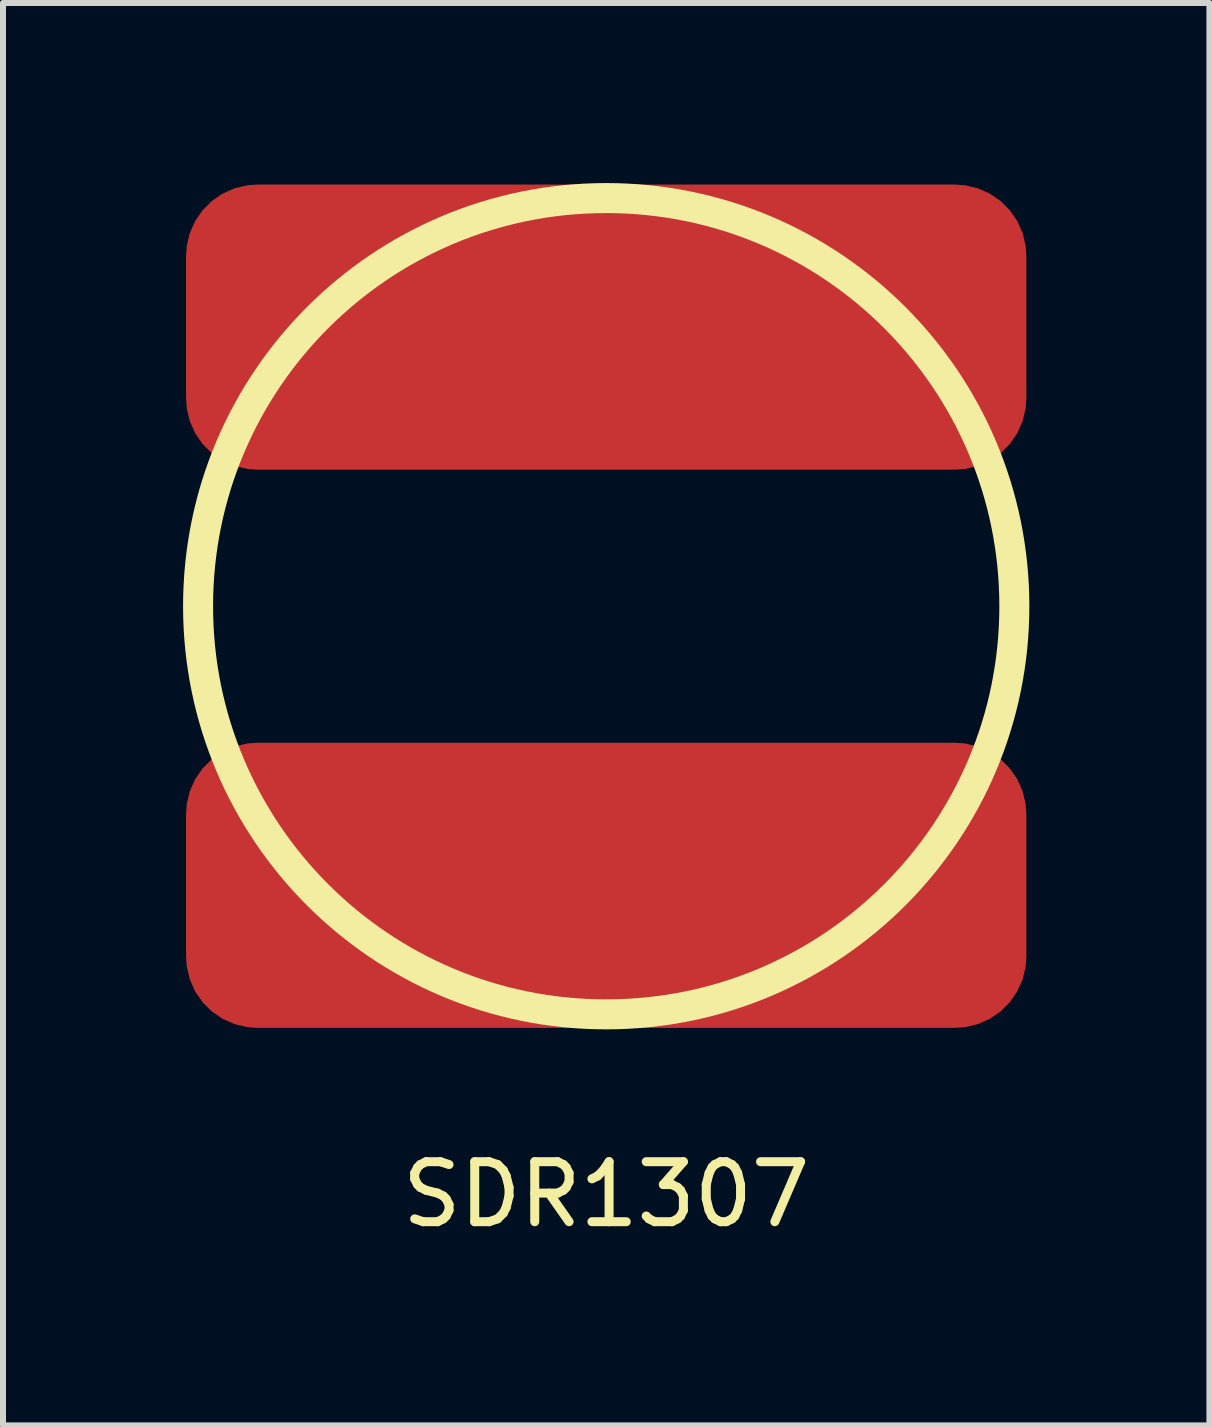
<source format=kicad_pcb>
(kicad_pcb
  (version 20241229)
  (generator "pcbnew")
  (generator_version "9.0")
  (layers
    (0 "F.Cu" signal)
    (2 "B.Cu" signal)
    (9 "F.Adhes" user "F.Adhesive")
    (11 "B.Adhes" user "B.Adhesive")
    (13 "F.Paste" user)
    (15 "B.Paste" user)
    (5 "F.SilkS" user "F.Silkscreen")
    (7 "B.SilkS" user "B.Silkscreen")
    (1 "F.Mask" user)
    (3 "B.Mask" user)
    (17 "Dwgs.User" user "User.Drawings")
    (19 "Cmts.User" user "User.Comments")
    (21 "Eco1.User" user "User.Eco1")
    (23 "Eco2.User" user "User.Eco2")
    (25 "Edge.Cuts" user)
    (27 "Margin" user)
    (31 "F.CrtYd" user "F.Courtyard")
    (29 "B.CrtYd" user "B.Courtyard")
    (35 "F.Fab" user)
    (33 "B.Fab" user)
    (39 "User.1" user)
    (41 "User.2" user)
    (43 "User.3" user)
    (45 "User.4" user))
  (footprint "SDR1307"
    (layer "F.Cu")
    (at 7.05 7.05)
    (property "Reference" "SDR1307" (at 0 9.8 0) (layer "F.SilkS") (effects (font (size 1 1) (thickness 0.15))))
    (attr through_hole)
    (fp_circle (center 0 0) (end 6.8 0) (stroke (width 0.5) (type solid)) (fill no) (layer "F.SilkS"))
    (pad "1" smd roundrect (at 0 -4.65) (size 14 4.75) (layers "F.Cu" "F.Mask" "F.Paste") (roundrect_rratio 0.25))
    (pad "2" smd roundrect (at 0 4.65) (size 14 4.75) (layers "F.Cu" "F.Mask" "F.Paste") (roundrect_rratio 0.25)))
  (gr_rect
    (start -3 -3)
    (end 17.1 20.698)
    (stroke (width 0.1) (type default))
    (fill no)
    (layer "Edge.Cuts")))
</source>
